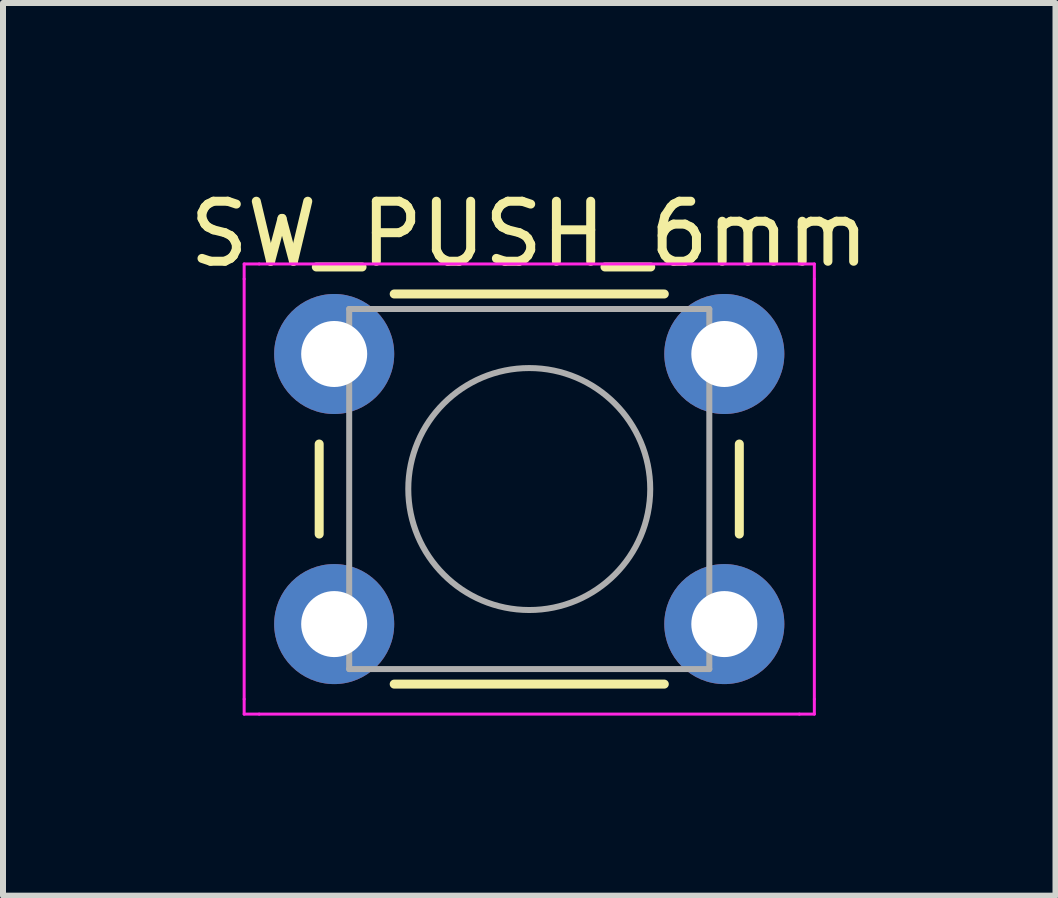
<source format=kicad_pcb>
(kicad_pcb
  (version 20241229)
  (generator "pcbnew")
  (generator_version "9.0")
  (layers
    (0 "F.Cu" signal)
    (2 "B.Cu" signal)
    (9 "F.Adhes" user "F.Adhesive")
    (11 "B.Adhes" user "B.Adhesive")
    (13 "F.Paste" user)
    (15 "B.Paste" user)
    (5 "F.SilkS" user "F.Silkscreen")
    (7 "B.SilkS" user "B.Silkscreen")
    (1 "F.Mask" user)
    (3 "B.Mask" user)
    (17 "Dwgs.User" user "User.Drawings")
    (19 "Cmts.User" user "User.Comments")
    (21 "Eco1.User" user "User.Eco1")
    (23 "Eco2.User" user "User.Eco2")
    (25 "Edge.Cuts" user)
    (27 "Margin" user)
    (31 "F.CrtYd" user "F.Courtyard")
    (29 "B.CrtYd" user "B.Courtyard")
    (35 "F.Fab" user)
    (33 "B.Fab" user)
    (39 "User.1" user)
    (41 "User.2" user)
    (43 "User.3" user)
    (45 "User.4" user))
  (footprint "SW_PUSH_6mm"
    (layer "F.Cu")
    (at 2.518 2.848)
    (property "Reference" "SW_PUSH_6mm" (at 3.25 -2 0) (layer "F.SilkS") (effects (font (size 1 1) (thickness 0.15))))
    (attr through_hole)
    (fp_line (start -0.25 1.5) (end -0.25 3) (stroke (width 0.15) (type solid)) (layer "F.SilkS"))
    (fp_line (start 1 5.5) (end 5.5 5.5) (stroke (width 0.15) (type solid)) (layer "F.SilkS"))
    (fp_line (start 5.5 -1) (end 1 -1) (stroke (width 0.15) (type solid)) (layer "F.SilkS"))
    (fp_line (start 6.75 3) (end 6.75 1.5) (stroke (width 0.15) (type solid)) (layer "F.SilkS"))
    (fp_line (start -1.5 -1.5) (end -1.25 -1.5) (stroke (width 0.05) (type solid)) (layer "F.CrtYd"))
    (fp_line (start -1.5 -1.25) (end -1.5 -1.5) (stroke (width 0.05) (type solid)) (layer "F.CrtYd"))
    (fp_line (start -1.5 5.75) (end -1.5 -1.25) (stroke (width 0.05) (type solid)) (layer "F.CrtYd"))
    (fp_line (start -1.5 5.75) (end -1.5 6) (stroke (width 0.05) (type solid)) (layer "F.CrtYd"))
    (fp_line (start -1.5 6) (end -1.25 6) (stroke (width 0.05) (type solid)) (layer "F.CrtYd"))
    (fp_line (start -1.25 -1.5) (end 7.75 -1.5) (stroke (width 0.05) (type solid)) (layer "F.CrtYd"))
    (fp_line (start 7.75 -1.5) (end 8 -1.5) (stroke (width 0.05) (type solid)) (layer "F.CrtYd"))
    (fp_line (start 7.75 6) (end -1.25 6) (stroke (width 0.05) (type solid)) (layer "F.CrtYd"))
    (fp_line (start 7.75 6) (end 8 6) (stroke (width 0.05) (type solid)) (layer "F.CrtYd"))
    (fp_line (start 8 -1.5) (end 8 -1.25) (stroke (width 0.05) (type solid)) (layer "F.CrtYd"))
    (fp_line (start 8 -1.25) (end 8 5.75) (stroke (width 0.05) (type solid)) (layer "F.CrtYd"))
    (fp_line (start 8 6) (end 8 5.75) (stroke (width 0.05) (type solid)) (layer "F.CrtYd"))
    (fp_line (start 0.25 -0.75) (end 3.25 -0.75) (stroke (width 0.1) (type solid)) (layer "F.Fab"))
    (fp_line (start 0.25 5.25) (end 0.25 -0.75) (stroke (width 0.1) (type solid)) (layer "F.Fab"))
    (fp_line (start 3.25 -0.75) (end 6.25 -0.75) (stroke (width 0.1) (type solid)) (layer "F.Fab"))
    (fp_line (start 6.25 -0.75) (end 6.25 5.25) (stroke (width 0.1) (type solid)) (layer "F.Fab"))
    (fp_line (start 6.25 5.25) (end 0.25 5.25) (stroke (width 0.1) (type solid)) (layer "F.Fab"))
    (fp_circle (center 3.25 2.25) (end 1.25 2.5) (stroke (width 0.1) (type solid)) (fill no) (layer "F.Fab"))
    (pad "1" thru_hole circle (at 0 0 90) (size 2 2) (drill 1.1) (layers "*.Cu" "*.Mask"))
    (pad "1" thru_hole circle (at 6.5 0 90) (size 2 2) (drill 1.1) (layers "*.Cu" "*.Mask"))
    (pad "2" thru_hole circle (at 0 4.5 90) (size 2 2) (drill 1.1) (layers "*.Cu" "*.Mask"))
    (pad "2" thru_hole circle (at 6.5 4.5 90) (size 2 2) (drill 1.1) (layers "*.Cu" "*.Mask")))
  (gr_rect
    (start -3 -3)
    (end 14.536 11.873)
    (stroke (width 0.1) (type default))
    (fill no)
    (layer "Edge.Cuts")))
</source>
